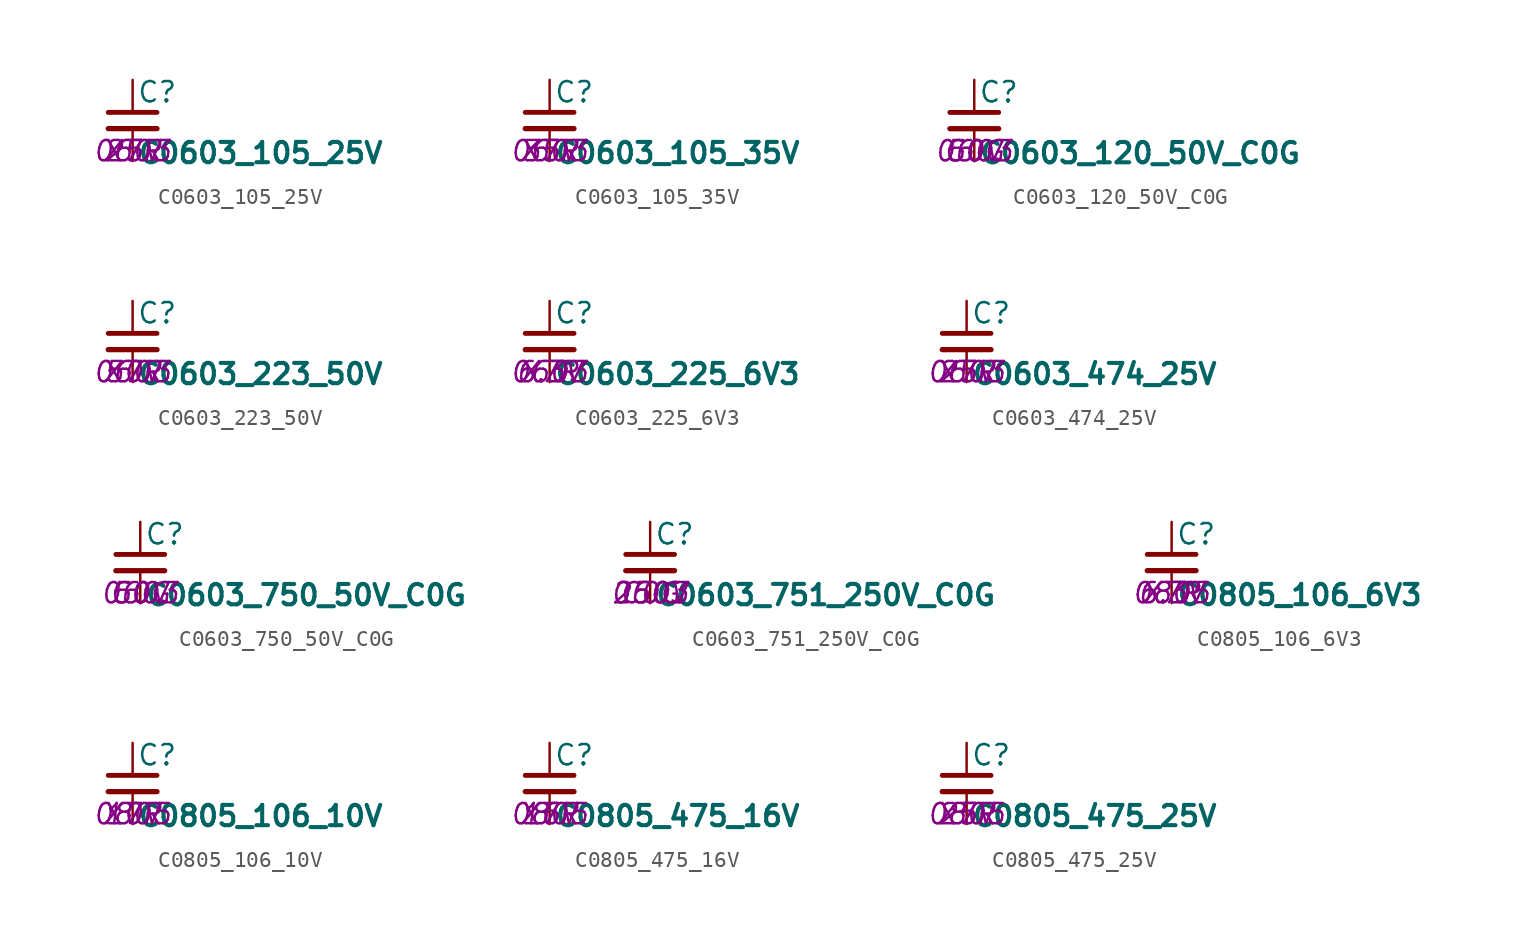
<source format=kicad_sym>
(kicad_symbol_lib
  (version 20211014)
  (generator kicad_symbol_editor)
  (symbol "C0603_105_25V"
    (pin_numbers hide)
    (pin_names
      (offset 0.254) hide)
    (property "Reference" "C"
      (at 0.254 1.778 0)
      (effects (font (size 1.27 1.27)) (justify left)))
    (property "Value" "C0603_105_25V"
      (at 0.254 -2.032 0)
      (effects (font (size 1.27 1.27) bold) (justify left)))
    (property "Case" "0603"
      (at 0 -1.905 0)
      (effects (font (size 1.27 1.27) italic)))
    (property "Tc" "X7R"
      (at 0 -1.905 0)
      (effects (font (size 1.27 1.27) italic)))
    (property "Vmax" "25V"
      (at 0 -1.905 0)
      (effects (font (size 1.27 1.27) italic)))
    (symbol "C0603_105_25V_0_1"
      (polyline (pts (xy -1.524 -0.508) (xy 1.524 -0.508)) (stroke (width 0.33) (type default) (color 0 0 0 0)) (fill (type none)))
      (polyline (pts (xy -1.524 0.508) (xy 1.524 0.508)) (stroke (width 0.305) (type default) (color 0 0 0 0)) (fill (type none))))
    (symbol "C0603_105_25V_1_1"
      (pin passive line (at 0 2.54 270) (length 2.032) (name "~" (effects (font (size 1.27 1.27)))) (number "1" (effects (font (size 1.27 1.27)))))
      (pin passive line (at 0 -2.54 90) (length 2.032) (name "~" (effects (font (size 1.27 1.27)))) (number "2" (effects (font (size 1.27 1.27)))))))
  (symbol "C0603_105_35V"
    (pin_numbers hide)
    (pin_names
      (offset 0.254) hide)
    (property "Reference" "C"
      (at 0.254 1.778 0)
      (effects (font (size 1.27 1.27)) (justify left)))
    (property "Value" "C0603_105_35V"
      (at 0.254 -2.032 0)
      (effects (font (size 1.27 1.27) bold) (justify left)))
    (property "Case" "0603"
      (at 0 -1.905 0)
      (effects (font (size 1.27 1.27) italic)))
    (property "Tc" "X7R"
      (at 0 -1.905 0)
      (effects (font (size 1.27 1.27) italic)))
    (property "Vmax" "35V"
      (at 0 -1.905 0)
      (effects (font (size 1.27 1.27) italic)))
    (symbol "C0603_105_35V_0_1"
      (polyline (pts (xy -1.524 -0.508) (xy 1.524 -0.508)) (stroke (width 0.33) (type default) (color 0 0 0 0)) (fill (type none)))
      (polyline (pts (xy -1.524 0.508) (xy 1.524 0.508)) (stroke (width 0.305) (type default) (color 0 0 0 0)) (fill (type none))))
    (symbol "C0603_105_35V_1_1"
      (pin passive line (at 0 2.54 270) (length 2.032) (name "~" (effects (font (size 1.27 1.27)))) (number "1" (effects (font (size 1.27 1.27)))))
      (pin passive line (at 0 -2.54 90) (length 2.032) (name "~" (effects (font (size 1.27 1.27)))) (number "2" (effects (font (size 1.27 1.27)))))))
  (symbol "C0603_120_50V_C0G"
    (pin_numbers hide)
    (pin_names
      (offset 0.254) hide)
    (property "Reference" "C"
      (at 0.254 1.778 0)
      (effects (font (size 1.27 1.27)) (justify left)))
    (property "Value" "C0603_120_50V_C0G"
      (at 0.254 -2.032 0)
      (effects (font (size 1.27 1.27) bold) (justify left)))
    (property "Case" "0603"
      (at 0 -1.905 0)
      (effects (font (size 1.27 1.27) italic)))
    (property "Tc" "C0G"
      (at 0 -1.905 0)
      (effects (font (size 1.27 1.27) italic)))
    (property "Vmax" "50V"
      (at 0 -1.905 0)
      (effects (font (size 1.27 1.27) italic)))
    (symbol "C0603_120_50V_C0G_0_1"
      (polyline (pts (xy -1.524 -0.508) (xy 1.524 -0.508)) (stroke (width 0.33) (type default) (color 0 0 0 0)) (fill (type none)))
      (polyline (pts (xy -1.524 0.508) (xy 1.524 0.508)) (stroke (width 0.305) (type default) (color 0 0 0 0)) (fill (type none))))
    (symbol "C0603_120_50V_C0G_1_1"
      (pin passive line (at 0 2.54 270) (length 2.032) (name "~" (effects (font (size 1.27 1.27)))) (number "1" (effects (font (size 1.27 1.27)))))
      (pin passive line (at 0 -2.54 90) (length 2.032) (name "~" (effects (font (size 1.27 1.27)))) (number "2" (effects (font (size 1.27 1.27)))))))
  (symbol "C0603_223_50V"
    (pin_numbers hide)
    (pin_names
      (offset 0.254) hide)
    (property "Reference" "C"
      (at 0.254 1.778 0)
      (effects (font (size 1.27 1.27)) (justify left)))
    (property "Value" "C0603_223_50V"
      (at 0.254 -2.032 0)
      (effects (font (size 1.27 1.27) bold) (justify left)))
    (property "Case" "0603"
      (at 0 -1.905 0)
      (effects (font (size 1.27 1.27) italic)))
    (property "Tc" "X7R"
      (at 0 -1.905 0)
      (effects (font (size 1.27 1.27) italic)))
    (property "Vmax" "50V"
      (at 0 -1.905 0)
      (effects (font (size 1.27 1.27) italic)))
    (symbol "C0603_223_50V_0_1"
      (polyline (pts (xy -1.524 -0.508) (xy 1.524 -0.508)) (stroke (width 0.33) (type default) (color 0 0 0 0)) (fill (type none)))
      (polyline (pts (xy -1.524 0.508) (xy 1.524 0.508)) (stroke (width 0.305) (type default) (color 0 0 0 0)) (fill (type none))))
    (symbol "C0603_223_50V_1_1"
      (pin passive line (at 0 2.54 270) (length 2.032) (name "~" (effects (font (size 1.27 1.27)))) (number "1" (effects (font (size 1.27 1.27)))))
      (pin passive line (at 0 -2.54 90) (length 2.032) (name "~" (effects (font (size 1.27 1.27)))) (number "2" (effects (font (size 1.27 1.27)))))))
  (symbol "C0603_225_6V3"
    (pin_numbers hide)
    (pin_names
      (offset 0.254) hide)
    (property "Reference" "C"
      (at 0.254 1.778 0)
      (effects (font (size 1.27 1.27)) (justify left)))
    (property "Value" "C0603_225_6V3"
      (at 0.254 -2.032 0)
      (effects (font (size 1.27 1.27) bold) (justify left)))
    (property "Case" "0603"
      (at 0 -1.905 0)
      (effects (font (size 1.27 1.27) italic)))
    (property "Tc" "X7R"
      (at 0 -1.905 0)
      (effects (font (size 1.27 1.27) italic)))
    (property "Vmax" "6.3V"
      (at 0 -1.905 0)
      (effects (font (size 1.27 1.27) italic)))
    (symbol "C0603_225_6V3_0_1"
      (polyline (pts (xy -1.524 -0.508) (xy 1.524 -0.508)) (stroke (width 0.33) (type default) (color 0 0 0 0)) (fill (type none)))
      (polyline (pts (xy -1.524 0.508) (xy 1.524 0.508)) (stroke (width 0.305) (type default) (color 0 0 0 0)) (fill (type none))))
    (symbol "C0603_225_6V3_1_1"
      (pin passive line (at 0 2.54 270) (length 2.032) (name "~" (effects (font (size 1.27 1.27)))) (number "1" (effects (font (size 1.27 1.27)))))
      (pin passive line (at 0 -2.54 90) (length 2.032) (name "~" (effects (font (size 1.27 1.27)))) (number "2" (effects (font (size 1.27 1.27)))))))
  (symbol "C0603_474_25V"
    (pin_numbers hide)
    (pin_names
      (offset 0.254) hide)
    (property "Reference" "C"
      (at 0.254 1.778 0)
      (effects (font (size 1.27 1.27)) (justify left)))
    (property "Value" "C0603_474_25V"
      (at 0.254 -2.032 0)
      (effects (font (size 1.27 1.27) bold) (justify left)))
    (property "Case" "0603"
      (at 0 -1.905 0)
      (effects (font (size 1.27 1.27) italic)))
    (property "Tc" "X7R"
      (at 0 -1.905 0)
      (effects (font (size 1.27 1.27) italic)))
    (property "Vmax" "25V"
      (at 0 -1.905 0)
      (effects (font (size 1.27 1.27) italic)))
    (symbol "C0603_474_25V_0_1"
      (polyline (pts (xy -1.524 -0.508) (xy 1.524 -0.508)) (stroke (width 0.33) (type default) (color 0 0 0 0)) (fill (type none)))
      (polyline (pts (xy -1.524 0.508) (xy 1.524 0.508)) (stroke (width 0.305) (type default) (color 0 0 0 0)) (fill (type none))))
    (symbol "C0603_474_25V_1_1"
      (pin passive line (at 0 2.54 270) (length 2.032) (name "~" (effects (font (size 1.27 1.27)))) (number "1" (effects (font (size 1.27 1.27)))))
      (pin passive line (at 0 -2.54 90) (length 2.032) (name "~" (effects (font (size 1.27 1.27)))) (number "2" (effects (font (size 1.27 1.27)))))))
  (symbol "C0603_750_50V_C0G"
    (pin_numbers hide)
    (pin_names
      (offset 0.254) hide)
    (property "Reference" "C"
      (at 0.254 1.778 0)
      (effects (font (size 1.27 1.27)) (justify left)))
    (property "Value" "C0603_750_50V_C0G"
      (at 0.254 -2.032 0)
      (effects (font (size 1.27 1.27) bold) (justify left)))
    (property "Case" "0603"
      (at 0 -1.905 0)
      (effects (font (size 1.27 1.27) italic)))
    (property "Tc" "C0G"
      (at 0 -1.905 0)
      (effects (font (size 1.27 1.27) italic)))
    (property "Vmax" "50V"
      (at 0 -1.905 0)
      (effects (font (size 1.27 1.27) italic)))
    (symbol "C0603_750_50V_C0G_0_1"
      (polyline (pts (xy -1.524 -0.508) (xy 1.524 -0.508)) (stroke (width 0.33) (type default) (color 0 0 0 0)) (fill (type none)))
      (polyline (pts (xy -1.524 0.508) (xy 1.524 0.508)) (stroke (width 0.305) (type default) (color 0 0 0 0)) (fill (type none))))
    (symbol "C0603_750_50V_C0G_1_1"
      (pin passive line (at 0 2.54 270) (length 2.032) (name "~" (effects (font (size 1.27 1.27)))) (number "1" (effects (font (size 1.27 1.27)))))
      (pin passive line (at 0 -2.54 90) (length 2.032) (name "~" (effects (font (size 1.27 1.27)))) (number "2" (effects (font (size 1.27 1.27)))))))
  (symbol "C0603_751_250V_C0G"
    (pin_numbers hide)
    (pin_names
      (offset 0.254) hide)
    (property "Reference" "C"
      (at 0.254 1.778 0)
      (effects (font (size 1.27 1.27)) (justify left)))
    (property "Value" "C0603_751_250V_C0G"
      (at 0.254 -2.032 0)
      (effects (font (size 1.27 1.27) bold) (justify left)))
    (property "Case" "0603"
      (at 0 -1.905 0)
      (effects (font (size 1.27 1.27) italic)))
    (property "Tc" "C0G"
      (at 0 -1.905 0)
      (effects (font (size 1.27 1.27) italic)))
    (property "Vmax" "250V"
      (at 0 -1.905 0)
      (effects (font (size 1.27 1.27) italic)))
    (symbol "C0603_751_250V_C0G_0_1"
      (polyline (pts (xy -1.524 -0.508) (xy 1.524 -0.508)) (stroke (width 0.33) (type default) (color 0 0 0 0)) (fill (type none)))
      (polyline (pts (xy -1.524 0.508) (xy 1.524 0.508)) (stroke (width 0.305) (type default) (color 0 0 0 0)) (fill (type none))))
    (symbol "C0603_751_250V_C0G_1_1"
      (pin passive line (at 0 2.54 270) (length 2.032) (name "~" (effects (font (size 1.27 1.27)))) (number "1" (effects (font (size 1.27 1.27)))))
      (pin passive line (at 0 -2.54 90) (length 2.032) (name "~" (effects (font (size 1.27 1.27)))) (number "2" (effects (font (size 1.27 1.27)))))))
  (symbol "C0805_106_6V3"
    (pin_numbers hide)
    (pin_names
      (offset 0.254) hide)
    (property "Reference" "C"
      (at 0.254 1.778 0)
      (effects (font (size 1.27 1.27)) (justify left)))
    (property "Value" "C0805_106_6V3"
      (at 0.254 -2.032 0)
      (effects (font (size 1.27 1.27) bold) (justify left)))
    (property "Case" "0805"
      (at 0 -1.905 0)
      (effects (font (size 1.27 1.27) italic)))
    (property "Tc" "X7R"
      (at 0 -1.905 0)
      (effects (font (size 1.27 1.27) italic)))
    (property "Vmax" "6.3V"
      (at 0 -1.905 0)
      (effects (font (size 1.27 1.27) italic)))
    (symbol "C0805_106_6V3_0_1"
      (polyline (pts (xy -1.524 -0.508) (xy 1.524 -0.508)) (stroke (width 0.33) (type default) (color 0 0 0 0)) (fill (type none)))
      (polyline (pts (xy -1.524 0.508) (xy 1.524 0.508)) (stroke (width 0.305) (type default) (color 0 0 0 0)) (fill (type none))))
    (symbol "C0805_106_6V3_1_1"
      (pin passive line (at 0 2.54 270) (length 2.032) (name "~" (effects (font (size 1.27 1.27)))) (number "1" (effects (font (size 1.27 1.27)))))
      (pin passive line (at 0 -2.54 90) (length 2.032) (name "~" (effects (font (size 1.27 1.27)))) (number "2" (effects (font (size 1.27 1.27)))))))
  (symbol "C0805_106_10V"
    (pin_numbers hide)
    (pin_names
      (offset 0.254) hide)
    (property "Reference" "C"
      (at 0.254 1.778 0)
      (effects (font (size 1.27 1.27)) (justify left)))
    (property "Value" "C0805_106_10V"
      (at 0.254 -2.032 0)
      (effects (font (size 1.27 1.27) bold) (justify left)))
    (property "Case" "0805"
      (at 0 -1.905 0)
      (effects (font (size 1.27 1.27) italic)))
    (property "Tc" "X7R"
      (at 0 -1.905 0)
      (effects (font (size 1.27 1.27) italic)))
    (property "Vmax" "10V"
      (at 0 -1.905 0)
      (effects (font (size 1.27 1.27) italic)))
    (symbol "C0805_106_10V_0_1"
      (polyline (pts (xy -1.524 -0.508) (xy 1.524 -0.508)) (stroke (width 0.33) (type default) (color 0 0 0 0)) (fill (type none)))
      (polyline (pts (xy -1.524 0.508) (xy 1.524 0.508)) (stroke (width 0.305) (type default) (color 0 0 0 0)) (fill (type none))))
    (symbol "C0805_106_10V_1_1"
      (pin passive line (at 0 2.54 270) (length 2.032) (name "~" (effects (font (size 1.27 1.27)))) (number "1" (effects (font (size 1.27 1.27)))))
      (pin passive line (at 0 -2.54 90) (length 2.032) (name "~" (effects (font (size 1.27 1.27)))) (number "2" (effects (font (size 1.27 1.27)))))))
  (symbol "C0805_475_16V"
    (pin_numbers hide)
    (pin_names
      (offset 0.254) hide)
    (property "Reference" "C"
      (at 0.254 1.778 0)
      (effects (font (size 1.27 1.27)) (justify left)))
    (property "Value" "C0805_475_16V"
      (at 0.254 -2.032 0)
      (effects (font (size 1.27 1.27) bold) (justify left)))
    (property "Case" "0805"
      (at 0 -1.905 0)
      (effects (font (size 1.27 1.27) italic)))
    (property "Tc" "X7R"
      (at 0 -1.905 0)
      (effects (font (size 1.27 1.27) italic)))
    (property "Vmax" "16V"
      (at 0 -1.905 0)
      (effects (font (size 1.27 1.27) italic)))
    (symbol "C0805_475_16V_0_1"
      (polyline (pts (xy -1.524 -0.508) (xy 1.524 -0.508)) (stroke (width 0.33) (type default) (color 0 0 0 0)) (fill (type none)))
      (polyline (pts (xy -1.524 0.508) (xy 1.524 0.508)) (stroke (width 0.305) (type default) (color 0 0 0 0)) (fill (type none))))
    (symbol "C0805_475_16V_1_1"
      (pin passive line (at 0 2.54 270) (length 2.032) (name "~" (effects (font (size 1.27 1.27)))) (number "1" (effects (font (size 1.27 1.27)))))
      (pin passive line (at 0 -2.54 90) (length 2.032) (name "~" (effects (font (size 1.27 1.27)))) (number "2" (effects (font (size 1.27 1.27)))))))
  (symbol "C0805_475_25V"
    (pin_numbers hide)
    (pin_names
      (offset 0.254) hide)
    (property "Reference" "C"
      (at 0.254 1.778 0)
      (effects (font (size 1.27 1.27)) (justify left)))
    (property "Value" "C0805_475_25V"
      (at 0.254 -2.032 0)
      (effects (font (size 1.27 1.27) bold) (justify left)))
    (property "Case" "0805"
      (at 0 -1.905 0)
      (effects (font (size 1.27 1.27) italic)))
    (property "Tc" "X7R"
      (at 0 -1.905 0)
      (effects (font (size 1.27 1.27) italic)))
    (property "Vmax" "25V"
      (at 0 -1.905 0)
      (effects (font (size 1.27 1.27) italic)))
    (symbol "C0805_475_25V_0_1"
      (polyline (pts (xy -1.524 -0.508) (xy 1.524 -0.508)) (stroke (width 0.33) (type default) (color 0 0 0 0)) (fill (type none)))
      (polyline (pts (xy -1.524 0.508) (xy 1.524 0.508)) (stroke (width 0.305) (type default) (color 0 0 0 0)) (fill (type none))))
    (symbol "C0805_475_25V_1_1"
      (pin passive line (at 0 2.54 270) (length 2.032) (name "~" (effects (font (size 1.27 1.27)))) (number "1" (effects (font (size 1.27 1.27)))))
      (pin passive line (at 0 -2.54 90) (length 2.032) (name "~" (effects (font (size 1.27 1.27)))) (number "2" (effects (font (size 1.27 1.27))))))))
</source>
